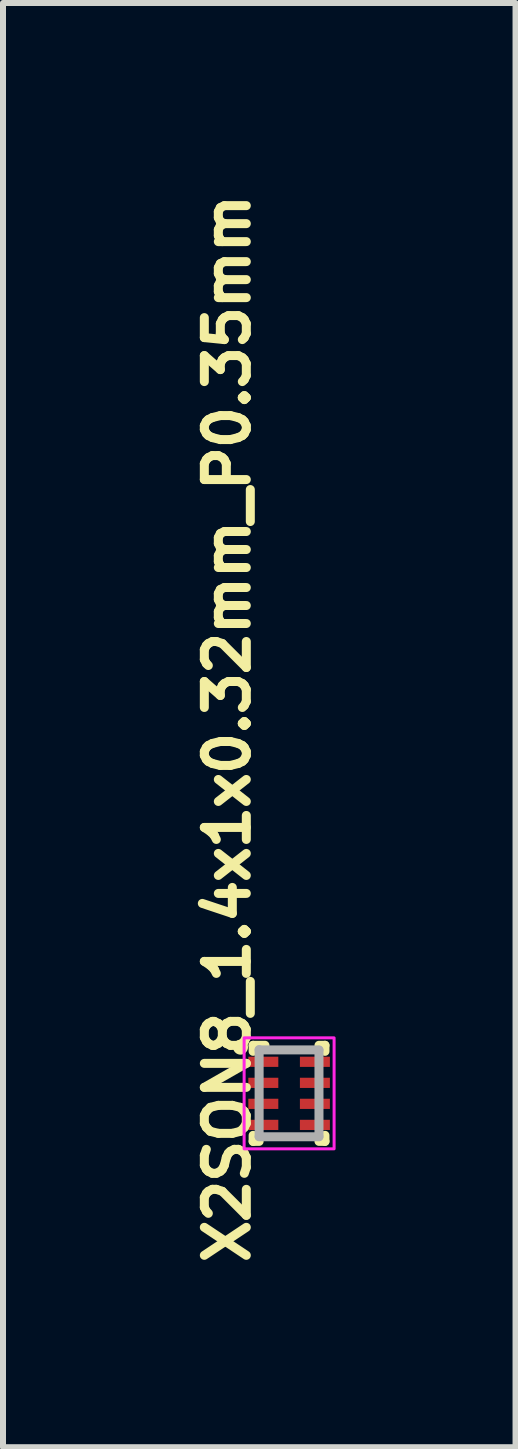
<source format=kicad_pcb>
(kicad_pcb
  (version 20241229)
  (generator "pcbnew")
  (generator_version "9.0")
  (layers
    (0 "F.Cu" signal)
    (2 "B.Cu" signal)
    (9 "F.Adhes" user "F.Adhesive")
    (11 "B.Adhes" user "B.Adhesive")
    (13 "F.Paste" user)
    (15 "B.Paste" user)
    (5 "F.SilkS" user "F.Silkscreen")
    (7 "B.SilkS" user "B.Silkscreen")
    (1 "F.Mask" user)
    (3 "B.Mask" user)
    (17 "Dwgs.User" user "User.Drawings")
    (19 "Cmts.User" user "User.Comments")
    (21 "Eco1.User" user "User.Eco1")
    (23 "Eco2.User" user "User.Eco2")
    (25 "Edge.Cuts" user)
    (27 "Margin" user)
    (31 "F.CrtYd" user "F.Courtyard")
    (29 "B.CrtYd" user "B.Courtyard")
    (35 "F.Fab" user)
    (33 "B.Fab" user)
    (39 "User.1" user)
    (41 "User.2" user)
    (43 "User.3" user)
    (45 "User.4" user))
  (footprint "X2SON8_1.4x1x0.32mm_P0.35mm"
    (layer "F.Cu")
    (at 1.77 15.178)
    (property "Reference" "X2SON8_1.4x1x0.32mm_P0.35mm" (at -0.62 2.899 90) (layer "F.SilkS") (effects (font (size 0.7 0.7) (thickness 0.15)) (justify left bottom)))
    (attr smd)
    (fp_line (start -0.6 -0.801) (end -0.6 -0.7) (stroke (width 0.15) (type solid)) (layer "F.SilkS"))
    (fp_line (start -0.6 0.7) (end -0.6 0.801) (stroke (width 0.15) (type solid)) (layer "F.SilkS"))
    (fp_line (start -0.6 0.801) (end -0.5 0.801) (stroke (width 0.15) (type solid)) (layer "F.SilkS"))
    (fp_line (start -0.402 -0.801) (end -0.6 -0.801) (stroke (width 0.15) (type solid)) (layer "F.SilkS"))
    (fp_line (start 0.598 -0.801) (end 0.498 -0.801) (stroke (width 0.15) (type solid)) (layer "F.SilkS"))
    (fp_line (start 0.598 -0.7) (end 0.598 -0.801) (stroke (width 0.15) (type solid)) (layer "F.SilkS"))
    (fp_line (start 0.598 0.7) (end 0.598 0.801) (stroke (width 0.15) (type solid)) (layer "F.SilkS"))
    (fp_line (start 0.598 0.801) (end 0.498 0.801) (stroke (width 0.15) (type solid)) (layer "F.SilkS"))
    (fp_circle (center -0.81 -0.77) (end -0.81 -0.72) (stroke (width 0.15) (type solid)) (fill yes) (layer "F.SilkS"))
    (fp_rect (start 0.75 -0.925) (end -0.75 0.925) (stroke (width 0.05) (type solid)) (fill no) (layer "F.CrtYd"))
    (fp_line (start -0.5 -0.729) (end -0.5 0.719) (stroke (width 0.15) (type solid)) (layer "F.Fab"))
    (fp_line (start -0.5 -0.724) (end 0.498 -0.724) (stroke (width 0.15) (type solid)) (layer "F.Fab"))
    (fp_line (start -0.5 0.724) (end 0.498 0.724) (stroke (width 0.15) (type solid)) (layer "F.Fab"))
    (fp_line (start 0.498 -0.719) (end 0.498 0.719) (stroke (width 0.15) (type solid)) (layer "F.Fab"))
    (fp_rect (start 0.498 -0.7) (end -0.5 0.7) (stroke (width 0.1) (type solid)) (fill no) (layer "User.5"))
    (fp_line (start -0.5 -0.7) (end -0.5 0.7) (stroke (width 0.02) (type solid)) (layer "User.9"))
    (fp_line (start -0.5 0.7) (end 0.498 0.7) (stroke (width 0.02) (type solid)) (layer "User.9"))
    (fp_line (start -0.382 -0.551) (end -0.382 -0.549) (stroke (width 0.02) (type solid)) (layer "User.9"))
    (fp_line (start -0.382 -0.551) (end -0.382 -0.549) (stroke (width 0.02) (type solid)) (layer "User.9"))
    (fp_line (start -0.382 -0.549) (end -0.382 -0.547) (stroke (width 0.02) (type solid)) (layer "User.9"))
    (fp_line (start -0.382 -0.549) (end -0.382 -0.547) (stroke (width 0.02) (type solid)) (layer "User.9"))
    (fp_line (start -0.382 -0.547) (end -0.382 -0.545) (stroke (width 0.02) (type solid)) (layer "User.9"))
    (fp_line (start -0.382 -0.547) (end -0.382 -0.545) (stroke (width 0.02) (type solid)) (layer "User.9"))
    (fp_line (start -0.382 -0.545) (end -0.382 -0.543) (stroke (width 0.02) (type solid)) (layer "User.9"))
    (fp_line (start -0.382 -0.545) (end -0.382 -0.543) (stroke (width 0.02) (type solid)) (layer "User.9"))
    (fp_line (start -0.382 -0.543) (end -0.382 -0.539) (stroke (width 0.02) (type solid)) (layer "User.9"))
    (fp_line (start -0.382 -0.543) (end -0.382 -0.539) (stroke (width 0.02) (type solid)) (layer "User.9"))
    (fp_line (start -0.382 -0.539) (end -0.382 -0.535) (stroke (width 0.02) (type solid)) (layer "User.9"))
    (fp_line (start -0.382 -0.539) (end -0.382 -0.535) (stroke (width 0.02) (type solid)) (layer "User.9"))
    (fp_line (start -0.382 -0.535) (end -0.381 -0.531) (stroke (width 0.02) (type solid)) (layer "User.9"))
    (fp_line (start -0.382 -0.535) (end -0.381 -0.531) (stroke (width 0.02) (type solid)) (layer "User.9"))
    (fp_line (start -0.381 -0.557) (end -0.381 -0.555) (stroke (width 0.02) (type solid)) (layer "User.9"))
    (fp_line (start -0.381 -0.557) (end -0.381 -0.555) (stroke (width 0.02) (type solid)) (layer "User.9"))
    (fp_line (start -0.381 -0.555) (end -0.381 -0.553) (stroke (width 0.02) (type solid)) (layer "User.9"))
    (fp_line (start -0.381 -0.555) (end -0.381 -0.553) (stroke (width 0.02) (type solid)) (layer "User.9"))
    (fp_line (start -0.381 -0.553) (end -0.382 -0.551) (stroke (width 0.02) (type solid)) (layer "User.9"))
    (fp_line (start -0.381 -0.553) (end -0.382 -0.551) (stroke (width 0.02) (type solid)) (layer "User.9"))
    (fp_line (start -0.381 -0.531) (end -0.38 -0.527) (stroke (width 0.02) (type solid)) (layer "User.9"))
    (fp_line (start -0.381 -0.531) (end -0.38 -0.527) (stroke (width 0.02) (type solid)) (layer "User.9"))
    (fp_line (start -0.38 -0.561) (end -0.38 -0.559) (stroke (width 0.02) (type solid)) (layer "User.9"))
    (fp_line (start -0.38 -0.561) (end -0.38 -0.559) (stroke (width 0.02) (type solid)) (layer "User.9"))
    (fp_line (start -0.38 -0.559) (end -0.381 -0.557) (stroke (width 0.02) (type solid)) (layer "User.9"))
    (fp_line (start -0.38 -0.559) (end -0.381 -0.557) (stroke (width 0.02) (type solid)) (layer "User.9"))
    (fp_line (start -0.38 -0.527) (end -0.379 -0.523) (stroke (width 0.02) (type solid)) (layer "User.9"))
    (fp_line (start -0.38 -0.527) (end -0.379 -0.523) (stroke (width 0.02) (type solid)) (layer "User.9"))
    (fp_line (start -0.379 -0.563) (end -0.38 -0.561) (stroke (width 0.02) (type solid)) (layer "User.9"))
    (fp_line (start -0.379 -0.563) (end -0.38 -0.561) (stroke (width 0.02) (type solid)) (layer "User.9"))
    (fp_line (start -0.379 -0.523) (end -0.378 -0.519) (stroke (width 0.02) (type solid)) (layer "User.9"))
    (fp_line (start -0.379 -0.523) (end -0.378 -0.519) (stroke (width 0.02) (type solid)) (layer "User.9"))
    (fp_line (start -0.378 -0.566) (end -0.378 -0.564) (stroke (width 0.02) (type solid)) (layer "User.9"))
    (fp_line (start -0.378 -0.566) (end -0.378 -0.564) (stroke (width 0.02) (type solid)) (layer "User.9"))
    (fp_line (start -0.378 -0.564) (end -0.379 -0.563) (stroke (width 0.02) (type solid)) (layer "User.9"))
    (fp_line (start -0.378 -0.564) (end -0.379 -0.563) (stroke (width 0.02) (type solid)) (layer "User.9"))
    (fp_line (start -0.378 -0.519) (end -0.376 -0.516) (stroke (width 0.02) (type solid)) (layer "User.9"))
    (fp_line (start -0.378 -0.519) (end -0.376 -0.516) (stroke (width 0.02) (type solid)) (layer "User.9"))
    (fp_line (start -0.377 -0.568) (end -0.378 -0.566) (stroke (width 0.02) (type solid)) (layer "User.9"))
    (fp_line (start -0.377 -0.568) (end -0.378 -0.566) (stroke (width 0.02) (type solid)) (layer "User.9"))
    (fp_line (start -0.376 -0.57) (end -0.377 -0.568) (stroke (width 0.02) (type solid)) (layer "User.9"))
    (fp_line (start -0.376 -0.57) (end -0.377 -0.568) (stroke (width 0.02) (type solid)) (layer "User.9"))
    (fp_line (start -0.376 -0.516) (end -0.374 -0.511) (stroke (width 0.02) (type solid)) (layer "User.9"))
    (fp_line (start -0.376 -0.516) (end -0.374 -0.511) (stroke (width 0.02) (type solid)) (layer "User.9"))
    (fp_line (start -0.375 -0.572) (end -0.376 -0.57) (stroke (width 0.02) (type solid)) (layer "User.9"))
    (fp_line (start -0.375 -0.572) (end -0.376 -0.57) (stroke (width 0.02) (type solid)) (layer "User.9"))
    (fp_line (start -0.374 -0.573) (end -0.375 -0.572) (stroke (width 0.02) (type solid)) (layer "User.9"))
    (fp_line (start -0.374 -0.573) (end -0.375 -0.572) (stroke (width 0.02) (type solid)) (layer "User.9"))
    (fp_line (start -0.374 -0.511) (end -0.372 -0.508) (stroke (width 0.02) (type solid)) (layer "User.9"))
    (fp_line (start -0.374 -0.511) (end -0.372 -0.508) (stroke (width 0.02) (type solid)) (layer "User.9"))
    (fp_line (start -0.373 -0.575) (end -0.374 -0.573) (stroke (width 0.02) (type solid)) (layer "User.9"))
    (fp_line (start -0.373 -0.575) (end -0.374 -0.573) (stroke (width 0.02) (type solid)) (layer "User.9"))
    (fp_line (start -0.372 -0.576) (end -0.373 -0.575) (stroke (width 0.02) (type solid)) (layer "User.9"))
    (fp_line (start -0.372 -0.576) (end -0.373 -0.575) (stroke (width 0.02) (type solid)) (layer "User.9"))
    (fp_line (start -0.372 -0.508) (end -0.37 -0.505) (stroke (width 0.02) (type solid)) (layer "User.9"))
    (fp_line (start -0.372 -0.508) (end -0.37 -0.505) (stroke (width 0.02) (type solid)) (layer "User.9"))
    (fp_line (start -0.371 -0.577) (end -0.372 -0.576) (stroke (width 0.02) (type solid)) (layer "User.9"))
    (fp_line (start -0.371 -0.577) (end -0.372 -0.576) (stroke (width 0.02) (type solid)) (layer "User.9"))
    (fp_line (start -0.37 -0.579) (end -0.371 -0.577) (stroke (width 0.02) (type solid)) (layer "User.9"))
    (fp_line (start -0.37 -0.579) (end -0.371 -0.577) (stroke (width 0.02) (type solid)) (layer "User.9"))
    (fp_line (start -0.37 -0.505) (end -0.367 -0.502) (stroke (width 0.02) (type solid)) (layer "User.9"))
    (fp_line (start -0.37 -0.505) (end -0.367 -0.502) (stroke (width 0.02) (type solid)) (layer "User.9"))
    (fp_line (start -0.368 -0.58) (end -0.37 -0.579) (stroke (width 0.02) (type solid)) (layer "User.9"))
    (fp_line (start -0.368 -0.58) (end -0.37 -0.579) (stroke (width 0.02) (type solid)) (layer "User.9"))
    (fp_line (start -0.367 -0.582) (end -0.368 -0.58) (stroke (width 0.02) (type solid)) (layer "User.9"))
    (fp_line (start -0.367 -0.582) (end -0.368 -0.58) (stroke (width 0.02) (type solid)) (layer "User.9"))
    (fp_line (start -0.367 -0.502) (end -0.364 -0.499) (stroke (width 0.02) (type solid)) (layer "User.9"))
    (fp_line (start -0.367 -0.502) (end -0.364 -0.499) (stroke (width 0.02) (type solid)) (layer "User.9"))
    (fp_line (start -0.366 -0.583) (end -0.367 -0.582) (stroke (width 0.02) (type solid)) (layer "User.9"))
    (fp_line (start -0.366 -0.583) (end -0.367 -0.582) (stroke (width 0.02) (type solid)) (layer "User.9"))
    (fp_line (start -0.364 -0.585) (end -0.366 -0.583) (stroke (width 0.02) (type solid)) (layer "User.9"))
    (fp_line (start -0.364 -0.585) (end -0.366 -0.583) (stroke (width 0.02) (type solid)) (layer "User.9"))
    (fp_line (start -0.364 -0.499) (end -0.362 -0.496) (stroke (width 0.02) (type solid)) (layer "User.9"))
    (fp_line (start -0.364 -0.499) (end -0.362 -0.496) (stroke (width 0.02) (type solid)) (layer "User.9"))
    (fp_line (start -0.363 -0.586) (end -0.364 -0.585) (stroke (width 0.02) (type solid)) (layer "User.9"))
    (fp_line (start -0.363 -0.586) (end -0.364 -0.585) (stroke (width 0.02) (type solid)) (layer "User.9"))
    (fp_line (start -0.362 -0.588) (end -0.363 -0.586) (stroke (width 0.02) (type solid)) (layer "User.9"))
    (fp_line (start -0.362 -0.588) (end -0.363 -0.586) (stroke (width 0.02) (type solid)) (layer "User.9"))
    (fp_line (start -0.362 -0.496) (end -0.358 -0.494) (stroke (width 0.02) (type solid)) (layer "User.9"))
    (fp_line (start -0.362 -0.496) (end -0.358 -0.494) (stroke (width 0.02) (type solid)) (layer "User.9"))
    (fp_line (start -0.36 -0.589) (end -0.362 -0.588) (stroke (width 0.02) (type solid)) (layer "User.9"))
    (fp_line (start -0.36 -0.589) (end -0.362 -0.588) (stroke (width 0.02) (type solid)) (layer "User.9"))
    (fp_line (start -0.358 -0.59) (end -0.36 -0.589) (stroke (width 0.02) (type solid)) (layer "User.9"))
    (fp_line (start -0.358 -0.59) (end -0.36 -0.589) (stroke (width 0.02) (type solid)) (layer "User.9"))
    (fp_line (start -0.358 -0.494) (end -0.355 -0.491) (stroke (width 0.02) (type solid)) (layer "User.9"))
    (fp_line (start -0.358 -0.494) (end -0.355 -0.491) (stroke (width 0.02) (type solid)) (layer "User.9"))
    (fp_line (start -0.357 -0.591) (end -0.358 -0.59) (stroke (width 0.02) (type solid)) (layer "User.9"))
    (fp_line (start -0.357 -0.591) (end -0.358 -0.59) (stroke (width 0.02) (type solid)) (layer "User.9"))
    (fp_line (start -0.355 -0.592) (end -0.357 -0.591) (stroke (width 0.02) (type solid)) (layer "User.9"))
    (fp_line (start -0.355 -0.592) (end -0.357 -0.591) (stroke (width 0.02) (type solid)) (layer "User.9"))
    (fp_line (start -0.355 -0.491) (end -0.353 -0.489) (stroke (width 0.02) (type solid)) (layer "User.9"))
    (fp_line (start -0.355 -0.491) (end -0.353 -0.489) (stroke (width 0.02) (type solid)) (layer "User.9"))
    (fp_line (start -0.354 -0.594) (end -0.355 -0.592) (stroke (width 0.02) (type solid)) (layer "User.9"))
    (fp_line (start -0.354 -0.594) (end -0.355 -0.592) (stroke (width 0.02) (type solid)) (layer "User.9"))
    (fp_line (start -0.353 -0.595) (end -0.354 -0.594) (stroke (width 0.02) (type solid)) (layer "User.9"))
    (fp_line (start -0.353 -0.595) (end -0.354 -0.594) (stroke (width 0.02) (type solid)) (layer "User.9"))
    (fp_line (start -0.353 -0.595) (end -0.353 -0.595) (stroke (width 0.02) (type solid)) (layer "User.9"))
    (fp_line (start -0.353 -0.595) (end -0.353 -0.595) (stroke (width 0.02) (type solid)) (layer "User.9"))
    (fp_line (start -0.353 -0.489) (end -0.353 -0.489) (stroke (width 0.02) (type solid)) (layer "User.9"))
    (fp_line (start -0.353 -0.489) (end -0.353 -0.489) (stroke (width 0.02) (type solid)) (layer "User.9"))
    (fp_line (start -0.353 -0.489) (end -0.349 -0.487) (stroke (width 0.02) (type solid)) (layer "User.9"))
    (fp_line (start -0.353 -0.489) (end -0.349 -0.487) (stroke (width 0.02) (type solid)) (layer "User.9"))
    (fp_line (start -0.349 -0.597) (end -0.353 -0.595) (stroke (width 0.02) (type solid)) (layer "User.9"))
    (fp_line (start -0.349 -0.597) (end -0.353 -0.595) (stroke (width 0.02) (type solid)) (layer "User.9"))
    (fp_line (start -0.349 -0.487) (end -0.345 -0.485) (stroke (width 0.02) (type solid)) (layer "User.9"))
    (fp_line (start -0.349 -0.487) (end -0.345 -0.485) (stroke (width 0.02) (type solid)) (layer "User.9"))
    (fp_line (start -0.345 -0.598) (end -0.349 -0.597) (stroke (width 0.02) (type solid)) (layer "User.9"))
    (fp_line (start -0.345 -0.598) (end -0.349 -0.597) (stroke (width 0.02) (type solid)) (layer "User.9"))
    (fp_line (start -0.345 -0.485) (end -0.342 -0.484) (stroke (width 0.02) (type solid)) (layer "User.9"))
    (fp_line (start -0.345 -0.485) (end -0.342 -0.484) (stroke (width 0.02) (type solid)) (layer "User.9"))
    (fp_line (start -0.342 -0.6) (end -0.345 -0.598) (stroke (width 0.02) (type solid)) (layer "User.9"))
    (fp_line (start -0.342 -0.6) (end -0.345 -0.598) (stroke (width 0.02) (type solid)) (layer "User.9"))
    (fp_line (start -0.342 -0.484) (end -0.338 -0.483) (stroke (width 0.02) (type solid)) (layer "User.9"))
    (fp_line (start -0.342 -0.484) (end -0.338 -0.483) (stroke (width 0.02) (type solid)) (layer "User.9"))
    (fp_line (start -0.338 -0.601) (end -0.342 -0.6) (stroke (width 0.02) (type solid)) (layer "User.9"))
    (fp_line (start -0.338 -0.601) (end -0.342 -0.6) (stroke (width 0.02) (type solid)) (layer "User.9"))
    (fp_line (start -0.338 -0.483) (end -0.334 -0.482) (stroke (width 0.02) (type solid)) (layer "User.9"))
    (fp_line (start -0.338 -0.483) (end -0.334 -0.482) (stroke (width 0.02) (type solid)) (layer "User.9"))
    (fp_line (start -0.334 -0.602) (end -0.338 -0.601) (stroke (width 0.02) (type solid)) (layer "User.9"))
    (fp_line (start -0.334 -0.602) (end -0.338 -0.601) (stroke (width 0.02) (type solid)) (layer "User.9"))
    (fp_line (start -0.334 -0.482) (end -0.33 -0.481) (stroke (width 0.02) (type solid)) (layer "User.9"))
    (fp_line (start -0.334 -0.482) (end -0.33 -0.481) (stroke (width 0.02) (type solid)) (layer "User.9"))
    (fp_line (start -0.33 -0.602) (end -0.334 -0.602) (stroke (width 0.02) (type solid)) (layer "User.9"))
    (fp_line (start -0.33 -0.602) (end -0.334 -0.602) (stroke (width 0.02) (type solid)) (layer "User.9"))
    (fp_line (start -0.33 -0.481) (end -0.326 -0.481) (stroke (width 0.02) (type solid)) (layer "User.9"))
    (fp_line (start -0.33 -0.481) (end -0.326 -0.481) (stroke (width 0.02) (type solid)) (layer "User.9"))
    (fp_line (start -0.326 -0.603) (end -0.33 -0.602) (stroke (width 0.02) (type solid)) (layer "User.9"))
    (fp_line (start -0.326 -0.603) (end -0.33 -0.602) (stroke (width 0.02) (type solid)) (layer "User.9"))
    (fp_line (start -0.326 -0.481) (end -0.322 -0.481) (stroke (width 0.02) (type solid)) (layer "User.9"))
    (fp_line (start -0.326 -0.481) (end -0.322 -0.481) (stroke (width 0.02) (type solid)) (layer "User.9"))
    (fp_line (start -0.322 -0.603) (end -0.326 -0.603) (stroke (width 0.02) (type solid)) (layer "User.9"))
    (fp_line (start -0.322 -0.603) (end -0.326 -0.603) (stroke (width 0.02) (type solid)) (layer "User.9"))
    (fp_line (start -0.322 -0.481) (end -0.317 -0.481) (stroke (width 0.02) (type solid)) (layer "User.9"))
    (fp_line (start -0.322 -0.481) (end -0.317 -0.481) (stroke (width 0.02) (type solid)) (layer "User.9"))
    (fp_line (start -0.317 -0.603) (end -0.322 -0.603) (stroke (width 0.02) (type solid)) (layer "User.9"))
    (fp_line (start -0.317 -0.603) (end -0.322 -0.603) (stroke (width 0.02) (type solid)) (layer "User.9"))
    (fp_line (start -0.317 -0.481) (end -0.313 -0.481) (stroke (width 0.02) (type solid)) (layer "User.9"))
    (fp_line (start -0.317 -0.481) (end -0.313 -0.481) (stroke (width 0.02) (type solid)) (layer "User.9"))
    (fp_line (start -0.313 -0.602) (end -0.317 -0.603) (stroke (width 0.02) (type solid)) (layer "User.9"))
    (fp_line (start -0.313 -0.602) (end -0.317 -0.603) (stroke (width 0.02) (type solid)) (layer "User.9"))
    (fp_line (start -0.313 -0.481) (end -0.31 -0.482) (stroke (width 0.02) (type solid)) (layer "User.9"))
    (fp_line (start -0.313 -0.481) (end -0.31 -0.482) (stroke (width 0.02) (type solid)) (layer "User.9"))
    (fp_line (start -0.31 -0.602) (end -0.313 -0.602) (stroke (width 0.02) (type solid)) (layer "User.9"))
    (fp_line (start -0.31 -0.602) (end -0.313 -0.602) (stroke (width 0.02) (type solid)) (layer "User.9"))
    (fp_line (start -0.31 -0.482) (end -0.306 -0.483) (stroke (width 0.02) (type solid)) (layer "User.9"))
    (fp_line (start -0.31 -0.482) (end -0.306 -0.483) (stroke (width 0.02) (type solid)) (layer "User.9"))
    (fp_line (start -0.306 -0.601) (end -0.31 -0.602) (stroke (width 0.02) (type solid)) (layer "User.9"))
    (fp_line (start -0.306 -0.601) (end -0.31 -0.602) (stroke (width 0.02) (type solid)) (layer "User.9"))
    (fp_line (start -0.306 -0.483) (end -0.302 -0.484) (stroke (width 0.02) (type solid)) (layer "User.9"))
    (fp_line (start -0.306 -0.483) (end -0.302 -0.484) (stroke (width 0.02) (type solid)) (layer "User.9"))
    (fp_line (start -0.302 -0.6) (end -0.306 -0.601) (stroke (width 0.02) (type solid)) (layer "User.9"))
    (fp_line (start -0.302 -0.6) (end -0.306 -0.601) (stroke (width 0.02) (type solid)) (layer "User.9"))
    (fp_line (start -0.302 -0.484) (end -0.298 -0.485) (stroke (width 0.02) (type solid)) (layer "User.9"))
    (fp_line (start -0.302 -0.484) (end -0.298 -0.485) (stroke (width 0.02) (type solid)) (layer "User.9"))
    (fp_line (start -0.298 -0.598) (end -0.302 -0.6) (stroke (width 0.02) (type solid)) (layer "User.9"))
    (fp_line (start -0.298 -0.598) (end -0.302 -0.6) (stroke (width 0.02) (type solid)) (layer "User.9"))
    (fp_line (start -0.298 -0.485) (end -0.294 -0.487) (stroke (width 0.02) (type solid)) (layer "User.9"))
    (fp_line (start -0.298 -0.485) (end -0.294 -0.487) (stroke (width 0.02) (type solid)) (layer "User.9"))
    (fp_line (start -0.294 -0.597) (end -0.298 -0.598) (stroke (width 0.02) (type solid)) (layer "User.9"))
    (fp_line (start -0.294 -0.597) (end -0.298 -0.598) (stroke (width 0.02) (type solid)) (layer "User.9"))
    (fp_line (start -0.294 -0.487) (end -0.291 -0.489) (stroke (width 0.02) (type solid)) (layer "User.9"))
    (fp_line (start -0.294 -0.487) (end -0.291 -0.489) (stroke (width 0.02) (type solid)) (layer "User.9"))
    (fp_line (start -0.291 -0.595) (end -0.294 -0.597) (stroke (width 0.02) (type solid)) (layer "User.9"))
    (fp_line (start -0.291 -0.595) (end -0.294 -0.597) (stroke (width 0.02) (type solid)) (layer "User.9"))
    (fp_line (start -0.291 -0.595) (end -0.291 -0.595) (stroke (width 0.02) (type solid)) (layer "User.9"))
    (fp_line (start -0.291 -0.595) (end -0.291 -0.595) (stroke (width 0.02) (type solid)) (layer "User.9"))
    (fp_line (start -0.291 -0.489) (end -0.291 -0.489) (stroke (width 0.02) (type solid)) (layer "User.9"))
    (fp_line (start -0.291 -0.489) (end -0.291 -0.489) (stroke (width 0.02) (type solid)) (layer "User.9"))
    (fp_line (start -0.291 -0.489) (end -0.29 -0.49) (stroke (width 0.02) (type solid)) (layer "User.9"))
    (fp_line (start -0.291 -0.489) (end -0.29 -0.49) (stroke (width 0.02) (type solid)) (layer "User.9"))
    (fp_line (start -0.29 -0.49) (end -0.288 -0.491) (stroke (width 0.02) (type solid)) (layer "User.9"))
    (fp_line (start -0.29 -0.49) (end -0.288 -0.491) (stroke (width 0.02) (type solid)) (layer "User.9"))
    (fp_line (start -0.288 -0.592) (end -0.291 -0.595) (stroke (width 0.02) (type solid)) (layer "User.9"))
    (fp_line (start -0.288 -0.592) (end -0.291 -0.595) (stroke (width 0.02) (type solid)) (layer "User.9"))
    (fp_line (start -0.288 -0.491) (end -0.287 -0.492) (stroke (width 0.02) (type solid)) (layer "User.9"))
    (fp_line (start -0.288 -0.491) (end -0.287 -0.492) (stroke (width 0.02) (type solid)) (layer "User.9"))
    (fp_line (start -0.287 -0.492) (end -0.285 -0.494) (stroke (width 0.02) (type solid)) (layer "User.9"))
    (fp_line (start -0.287 -0.492) (end -0.285 -0.494) (stroke (width 0.02) (type solid)) (layer "User.9"))
    (fp_line (start -0.285 -0.59) (end -0.288 -0.592) (stroke (width 0.02) (type solid)) (layer "User.9"))
    (fp_line (start -0.285 -0.59) (end -0.288 -0.592) (stroke (width 0.02) (type solid)) (layer "User.9"))
    (fp_line (start -0.285 -0.494) (end -0.284 -0.495) (stroke (width 0.02) (type solid)) (layer "User.9"))
    (fp_line (start -0.285 -0.494) (end -0.284 -0.495) (stroke (width 0.02) (type solid)) (layer "User.9"))
    (fp_line (start -0.284 -0.495) (end -0.282 -0.496) (stroke (width 0.02) (type solid)) (layer "User.9"))
    (fp_line (start -0.284 -0.495) (end -0.282 -0.496) (stroke (width 0.02) (type solid)) (layer "User.9"))
    (fp_line (start -0.282 -0.588) (end -0.285 -0.59) (stroke (width 0.02) (type solid)) (layer "User.9"))
    (fp_line (start -0.282 -0.588) (end -0.285 -0.59) (stroke (width 0.02) (type solid)) (layer "User.9"))
    (fp_line (start -0.282 -0.496) (end -0.281 -0.497) (stroke (width 0.02) (type solid)) (layer "User.9"))
    (fp_line (start -0.282 -0.496) (end -0.281 -0.497) (stroke (width 0.02) (type solid)) (layer "User.9"))
    (fp_line (start -0.281 -0.497) (end -0.279 -0.499) (stroke (width 0.02) (type solid)) (layer "User.9"))
    (fp_line (start -0.281 -0.497) (end -0.279 -0.499) (stroke (width 0.02) (type solid)) (layer "User.9"))
    (fp_line (start -0.279 -0.585) (end -0.282 -0.588) (stroke (width 0.02) (type solid)) (layer "User.9"))
    (fp_line (start -0.279 -0.585) (end -0.282 -0.588) (stroke (width 0.02) (type solid)) (layer "User.9"))
    (fp_line (start -0.279 -0.499) (end -0.278 -0.5) (stroke (width 0.02) (type solid)) (layer "User.9"))
    (fp_line (start -0.279 -0.499) (end -0.278 -0.5) (stroke (width 0.02) (type solid)) (layer "User.9"))
    (fp_line (start -0.278 -0.5) (end -0.276 -0.502) (stroke (width 0.02) (type solid)) (layer "User.9"))
    (fp_line (start -0.278 -0.5) (end -0.276 -0.502) (stroke (width 0.02) (type solid)) (layer "User.9"))
    (fp_line (start -0.276 -0.582) (end -0.279 -0.585) (stroke (width 0.02) (type solid)) (layer "User.9"))
    (fp_line (start -0.276 -0.582) (end -0.279 -0.585) (stroke (width 0.02) (type solid)) (layer "User.9"))
    (fp_line (start -0.276 -0.502) (end -0.275 -0.503) (stroke (width 0.02) (type solid)) (layer "User.9"))
    (fp_line (start -0.276 -0.502) (end -0.275 -0.503) (stroke (width 0.02) (type solid)) (layer "User.9"))
    (fp_line (start -0.275 -0.503) (end -0.274 -0.505) (stroke (width 0.02) (type solid)) (layer "User.9"))
    (fp_line (start -0.275 -0.503) (end -0.274 -0.505) (stroke (width 0.02) (type solid)) (layer "User.9"))
    (fp_line (start -0.274 -0.579) (end -0.276 -0.582) (stroke (width 0.02) (type solid)) (layer "User.9"))
    (fp_line (start -0.274 -0.579) (end -0.276 -0.582) (stroke (width 0.02) (type solid)) (layer "User.9"))
    (fp_line (start -0.274 -0.505) (end -0.273 -0.506) (stroke (width 0.02) (type solid)) (layer "User.9"))
    (fp_line (start -0.274 -0.505) (end -0.273 -0.506) (stroke (width 0.02) (type solid)) (layer "User.9"))
    (fp_line (start -0.273 -0.506) (end -0.272 -0.508) (stroke (width 0.02) (type solid)) (layer "User.9"))
    (fp_line (start -0.273 -0.506) (end -0.272 -0.508) (stroke (width 0.02) (type solid)) (layer "User.9"))
    (fp_line (start -0.272 -0.576) (end -0.274 -0.579) (stroke (width 0.02) (type solid)) (layer "User.9"))
    (fp_line (start -0.272 -0.576) (end -0.274 -0.579) (stroke (width 0.02) (type solid)) (layer "User.9"))
    (fp_line (start -0.272 -0.508) (end -0.271 -0.51) (stroke (width 0.02) (type solid)) (layer "User.9"))
    (fp_line (start -0.272 -0.508) (end -0.271 -0.51) (stroke (width 0.02) (type solid)) (layer "User.9"))
    (fp_line (start -0.271 -0.51) (end -0.269 -0.511) (stroke (width 0.02) (type solid)) (layer "User.9"))
    (fp_line (start -0.271 -0.51) (end -0.269 -0.511) (stroke (width 0.02) (type solid)) (layer "User.9"))
    (fp_line (start -0.269 -0.573) (end -0.272 -0.576) (stroke (width 0.02) (type solid)) (layer "User.9"))
    (fp_line (start -0.269 -0.573) (end -0.272 -0.576) (stroke (width 0.02) (type solid)) (layer "User.9"))
    (fp_line (start -0.269 -0.514) (end -0.268 -0.516) (stroke (width 0.02) (type solid)) (layer "User.9"))
    (fp_line (start -0.269 -0.514) (end -0.268 -0.516) (stroke (width 0.02) (type solid)) (layer "User.9"))
    (fp_line (start -0.269 -0.511) (end -0.269 -0.514) (stroke (width 0.02) (type solid)) (layer "User.9"))
    (fp_line (start -0.269 -0.511) (end -0.269 -0.514) (stroke (width 0.02) (type solid)) (layer "User.9"))
    (fp_line (start -0.268 -0.57) (end -0.269 -0.573) (stroke (width 0.02) (type solid)) (layer "User.9"))
    (fp_line (start -0.268 -0.57) (end -0.269 -0.573) (stroke (width 0.02) (type solid)) (layer "User.9"))
    (fp_line (start -0.268 -0.516) (end -0.267 -0.518) (stroke (width 0.02) (type solid)) (layer "User.9"))
    (fp_line (start -0.268 -0.516) (end -0.267 -0.518) (stroke (width 0.02) (type solid)) (layer "User.9"))
    (fp_line (start -0.267 -0.518) (end -0.266 -0.519) (stroke (width 0.02) (type solid)) (layer "User.9"))
    (fp_line (start -0.267 -0.518) (end -0.266 -0.519) (stroke (width 0.02) (type solid)) (layer "User.9"))
    (fp_line (start -0.266 -0.566) (end -0.268 -0.57) (stroke (width 0.02) (type solid)) (layer "User.9"))
    (fp_line (start -0.266 -0.566) (end -0.268 -0.57) (stroke (width 0.02) (type solid)) (layer "User.9"))
    (fp_line (start -0.266 -0.519) (end -0.265 -0.521) (stroke (width 0.02) (type solid)) (layer "User.9"))
    (fp_line (start -0.266 -0.519) (end -0.265 -0.521) (stroke (width 0.02) (type solid)) (layer "User.9"))
    (fp_line (start -0.265 -0.563) (end -0.266 -0.566) (stroke (width 0.02) (type solid)) (layer "User.9"))
    (fp_line (start -0.265 -0.563) (end -0.266 -0.566) (stroke (width 0.02) (type solid)) (layer "User.9"))
    (fp_line (start -0.265 -0.523) (end -0.264 -0.525) (stroke (width 0.02) (type solid)) (layer "User.9"))
    (fp_line (start -0.265 -0.523) (end -0.264 -0.525) (stroke (width 0.02) (type solid)) (layer "User.9"))
    (fp_line (start -0.265 -0.521) (end -0.265 -0.523) (stroke (width 0.02) (type solid)) (layer "User.9"))
    (fp_line (start -0.265 -0.521) (end -0.265 -0.523) (stroke (width 0.02) (type solid)) (layer "User.9"))
    (fp_line (start -0.264 -0.525) (end -0.263 -0.527) (stroke (width 0.02) (type solid)) (layer "User.9"))
    (fp_line (start -0.264 -0.525) (end -0.263 -0.527) (stroke (width 0.02) (type solid)) (layer "User.9"))
    (fp_line (start -0.263 -0.559) (end -0.265 -0.563) (stroke (width 0.02) (type solid)) (layer "User.9"))
    (fp_line (start -0.263 -0.559) (end -0.265 -0.563) (stroke (width 0.02) (type solid)) (layer "User.9"))
    (fp_line (start -0.263 -0.555) (end -0.263 -0.559) (stroke (width 0.02) (type solid)) (layer "User.9"))
    (fp_line (start -0.263 -0.555) (end -0.263 -0.559) (stroke (width 0.02) (type solid)) (layer "User.9"))
    (fp_line (start -0.263 -0.531) (end -0.262 -0.533) (stroke (width 0.02) (type solid)) (layer "User.9"))
    (fp_line (start -0.263 -0.531) (end -0.262 -0.533) (stroke (width 0.02) (type solid)) (layer "User.9"))
    (fp_line (start -0.263 -0.529) (end -0.263 -0.531) (stroke (width 0.02) (type solid)) (layer "User.9"))
    (fp_line (start -0.263 -0.529) (end -0.263 -0.531) (stroke (width 0.02) (type solid)) (layer "User.9"))
    (fp_line (start -0.263 -0.527) (end -0.263 -0.529) (stroke (width 0.02) (type solid)) (layer "User.9"))
    (fp_line (start -0.263 -0.527) (end -0.263 -0.529) (stroke (width 0.02) (type solid)) (layer "User.9"))
    (fp_line (start -0.262 -0.551) (end -0.263 -0.555) (stroke (width 0.02) (type solid)) (layer "User.9"))
    (fp_line (start -0.262 -0.551) (end -0.263 -0.555) (stroke (width 0.02) (type solid)) (layer "User.9"))
    (fp_line (start -0.262 -0.537) (end -0.261 -0.539) (stroke (width 0.02) (type solid)) (layer "User.9"))
    (fp_line (start -0.262 -0.537) (end -0.261 -0.539) (stroke (width 0.02) (type solid)) (layer "User.9"))
    (fp_line (start -0.262 -0.535) (end -0.262 -0.537) (stroke (width 0.02) (type solid)) (layer "User.9"))
    (fp_line (start -0.262 -0.535) (end -0.262 -0.537) (stroke (width 0.02) (type solid)) (layer "User.9"))
    (fp_line (start -0.262 -0.533) (end -0.262 -0.535) (stroke (width 0.02) (type solid)) (layer "User.9"))
    (fp_line (start -0.262 -0.533) (end -0.262 -0.535) (stroke (width 0.02) (type solid)) (layer "User.9"))
    (fp_line (start -0.261 -0.547) (end -0.262 -0.551) (stroke (width 0.02) (type solid)) (layer "User.9"))
    (fp_line (start -0.261 -0.547) (end -0.262 -0.551) (stroke (width 0.02) (type solid)) (layer "User.9"))
    (fp_line (start -0.261 -0.543) (end -0.261 -0.547) (stroke (width 0.02) (type solid)) (layer "User.9"))
    (fp_line (start -0.261 -0.543) (end -0.261 -0.547) (stroke (width 0.02) (type solid)) (layer "User.9"))
    (fp_line (start -0.261 -0.541) (end -0.261 -0.543) (stroke (width 0.02) (type solid)) (layer "User.9"))
    (fp_line (start -0.261 -0.541) (end -0.261 -0.543) (stroke (width 0.02) (type solid)) (layer "User.9"))
    (fp_line (start -0.261 -0.539) (end -0.261 -0.541) (stroke (width 0.02) (type solid)) (layer "User.9"))
    (fp_line (start -0.261 -0.539) (end -0.261 -0.541) (stroke (width 0.02) (type solid)) (layer "User.9"))
    (fp_line (start 0.498 -0.7) (end -0.5 -0.7) (stroke (width 0.02) (type solid)) (layer "User.9"))
    (fp_line (start 0.498 0.7) (end 0.498 -0.7) (stroke (width 0.02) (type solid)) (layer "User.9"))
    (pad "1" smd rect (at -0.43 -0.526 270) (size 0.17 0.5) (layers "F.Cu" "F.Mask" "F.Paste"))
    (pad "2" smd rect (at -0.43 -0.175 270) (size 0.17 0.5) (layers "F.Cu" "F.Mask" "F.Paste"))
    (pad "3" smd rect (at -0.43 0.175 270) (size 0.17 0.5) (layers "F.Cu" "F.Mask" "F.Paste"))
    (pad "4" smd rect (at -0.43 0.526 270) (size 0.17 0.5) (layers "F.Cu" "F.Mask" "F.Paste"))
    (pad "5" smd rect (at 0.43 0.526 270) (size 0.17 0.5) (layers "F.Cu" "F.Mask" "F.Paste"))
    (pad "6" smd rect (at 0.43 0.175 270) (size 0.17 0.5) (layers "F.Cu" "F.Mask" "F.Paste"))
    (pad "7" smd rect (at 0.43 -0.175 270) (size 0.17 0.5) (layers "F.Cu" "F.Mask" "F.Paste"))
    (pad "8" smd rect (at 0.43 -0.526 270) (size 0.17 0.5) (layers "F.Cu" "F.Mask" "F.Paste")))
  (gr_rect
    (start -3 -3)
    (end 5.545 21.077)
    (stroke (width 0.1) (type default))
    (fill no)
    (layer "Edge.Cuts")))
</source>
